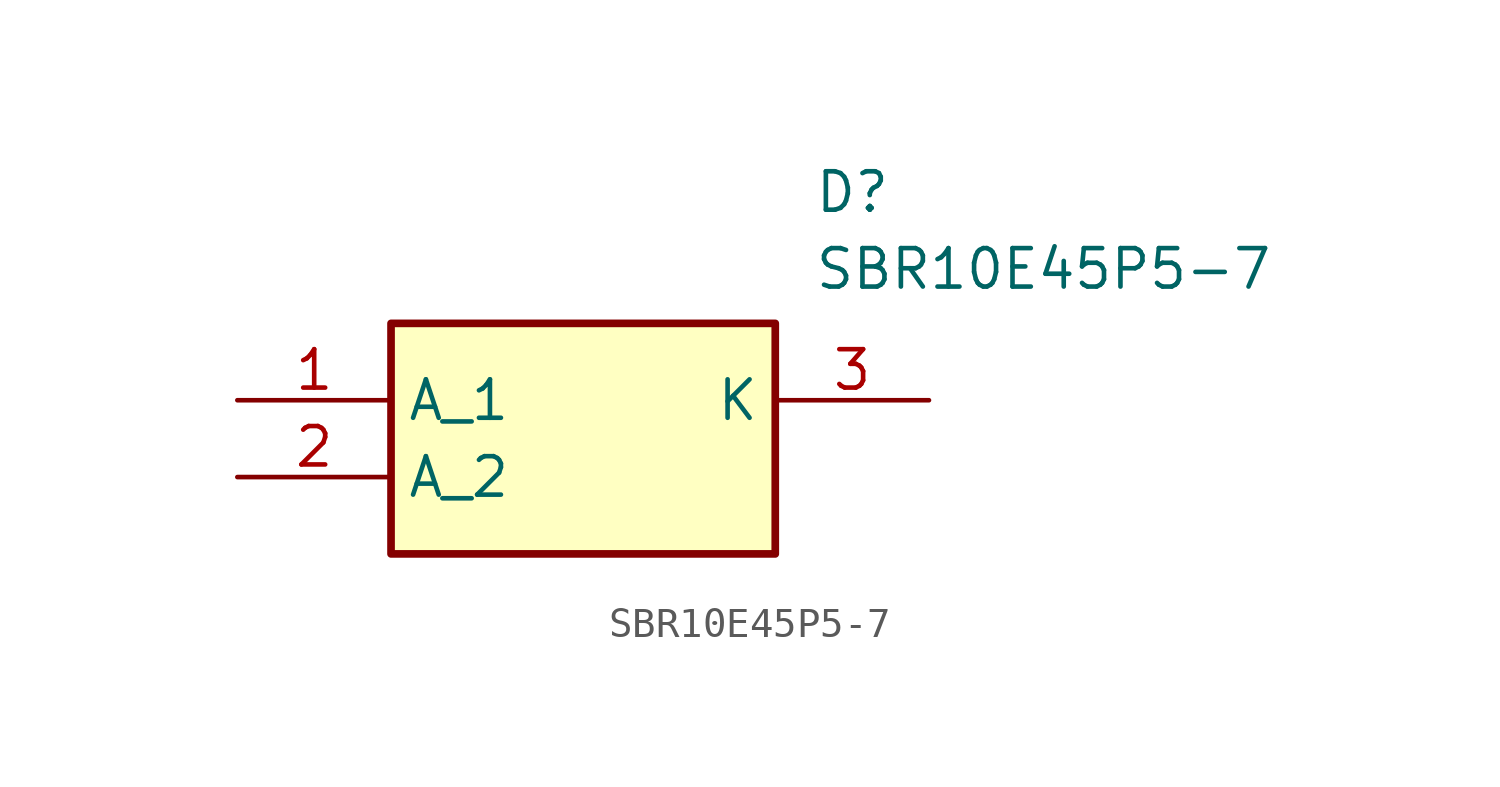
<source format=kicad_sym>
(kicad_symbol_lib
  (version 20211014)
  (generator SamacSys_ECAD_Model)
  (symbol "SBR10E45P5-7"
    (property "Reference" "D"
      (at 19.05 7.62 0)
      (effects (font (size 1.27 1.27)) (justify left top)))
    (property "Value" "SBR10E45P5-7"
      (at 19.05 5.08 0)
      (effects (font (size 1.27 1.27)) (justify left top)))
    (rectangle
      (start 5.08 2.54)
      (end 17.78 -5.08)
      (stroke (width 0.254) (type default))
      (fill (type background)))
    (pin passive line
      (at 0 0 0)
      (length 5.08)
      (name "A_1" (effects (font (size 1.27 1.27))))
      (number "1" (effects (font (size 1.27 1.27)))))
    (pin passive line
      (at 0 -2.54 0)
      (length 5.08)
      (name "A_2" (effects (font (size 1.27 1.27))))
      (number "2" (effects (font (size 1.27 1.27)))))
    (pin passive line
      (at 22.86 0 180)
      (length 5.08)
      (name "K" (effects (font (size 1.27 1.27))))
      (number "3" (effects (font (size 1.27 1.27)))))))
</source>
